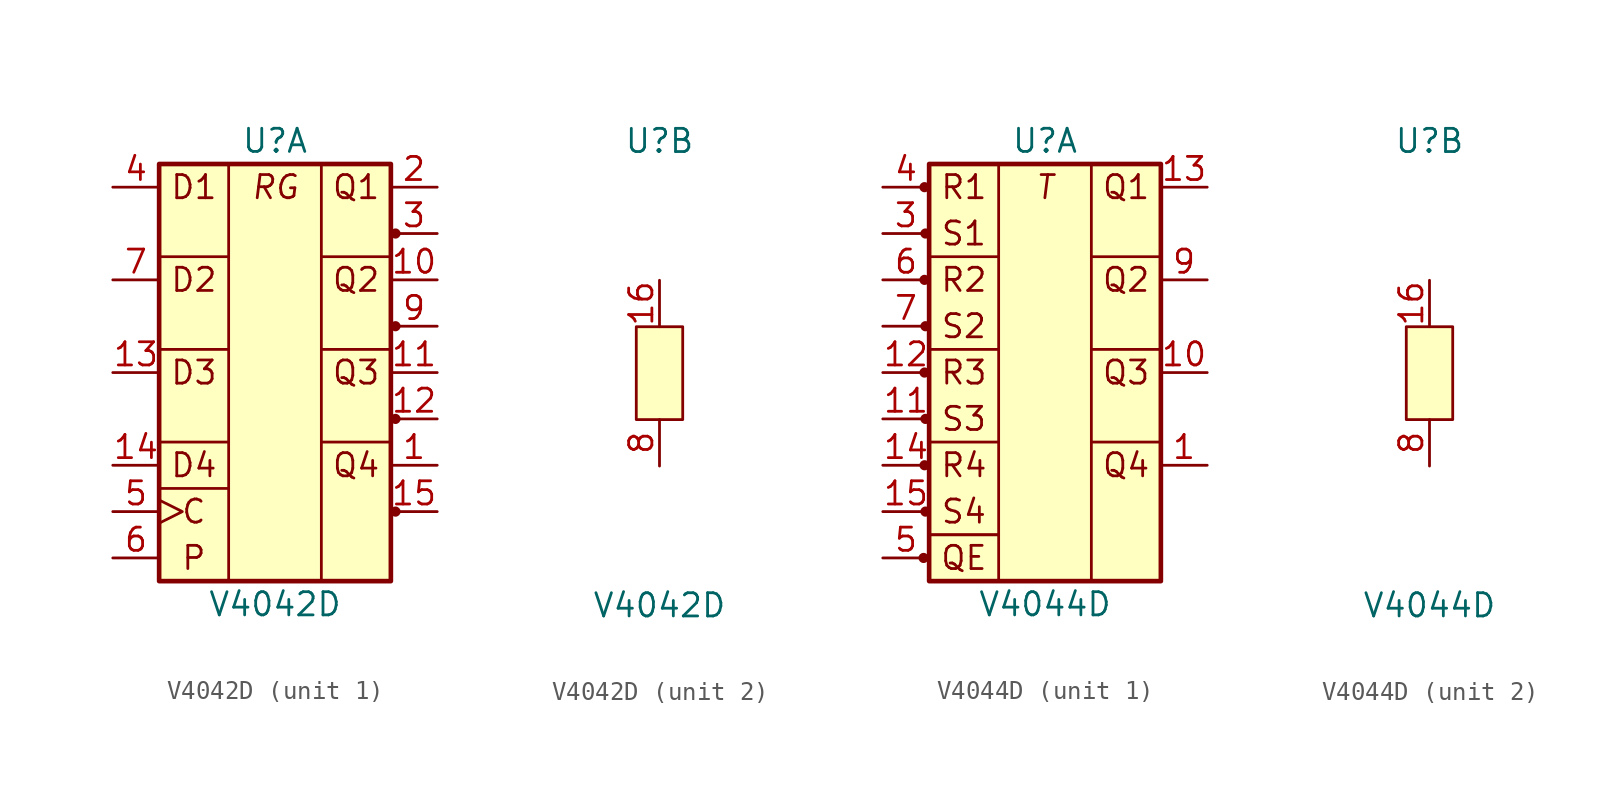
<source format=kicad_sym>
(kicad_symbol_lib
  (version 20211014)
  (generator kicad_symbol_editor)
  (symbol "V4042D"
    (pin_names
      (offset 1.016) hide)
    (property "Reference" "U"
      (at 0 12.7 0)
      (effects (font (size 1.27 1.27))))
    (property "Value" "V4042D"
      (at 0 -12.7 0)
      (effects (font (size 1.27 1.27))))
    (property "ki_locked" ""
      (at 0 0 0)
      (effects (font (size 1.27 1.27))))
    (symbol "V4042D_1_0"
      (polyline (pts (xy -6.35 -6.35) (xy -2.54 -6.35)) (stroke (width 0.152) (type default) (color 0 0 0 0)) (fill (type none)))
      (polyline (pts (xy -2.54 11.43) (xy -2.54 -11.43)) (stroke (width 0.152) (type default) (color 0 0 0 0)) (fill (type none)))
      (text "C" (at -4.445 -7.62 0) (effects (font (size 1.27 1.27))))
      (text "D1" (at -4.445 10.16 0) (effects (font (size 1.27 1.27))))
      (text "D2" (at -4.445 5.08 0) (effects (font (size 1.27 1.27))))
      (text "D3" (at -4.445 0 0) (effects (font (size 1.27 1.27))))
      (text "D4" (at -4.445 -5.08 0) (effects (font (size 1.27 1.27))))
      (text "P" (at -4.445 -10.16 0) (effects (font (size 1.27 1.27))))
      (text "Q1" (at 4.445 10.16 0) (effects (font (size 1.27 1.27))))
      (text "Q2" (at 4.445 5.08 0) (effects (font (size 1.27 1.27))))
      (text "Q3" (at 4.445 0 0) (effects (font (size 1.27 1.27))))
      (text "Q4" (at 4.445 -5.08 0) (effects (font (size 1.27 1.27))))
      (text "RG" (at 0 10.16 0) (effects (font (size 1.27 1.27) italic))))
    (symbol "V4042D_1_1"
      (rectangle (start -6.35 11.43) (end 6.35 -11.43) (stroke (width 0.254) (type default) (color 0 0 0 0)) (fill (type background)))
      (polyline (pts (xy -2.54 -3.81) (xy -6.35 -3.81)) (stroke (width 0.152) (type default) (color 0 0 0 0)) (fill (type none)))
      (polyline (pts (xy -2.54 1.27) (xy -6.35 1.27)) (stroke (width 0.152) (type default) (color 0 0 0 0)) (fill (type none)))
      (polyline (pts (xy -2.54 6.35) (xy -6.35 6.35)) (stroke (width 0.152) (type default) (color 0 0 0 0)) (fill (type none)))
      (polyline (pts (xy 6.35 -3.81) (xy 2.54 -3.81)) (stroke (width 0.152) (type default) (color 0 0 0 0)) (fill (type none)))
      (polyline (pts (xy 6.35 1.27) (xy 2.54 1.27)) (stroke (width 0.152) (type default) (color 0 0 0 0)) (fill (type none)))
      (polyline (pts (xy 6.35 6.35) (xy 2.54 6.35)) (stroke (width 0.152) (type default) (color 0 0 0 0)) (fill (type none)))
      (rectangle (start 2.54 11.43) (end 6.35 -11.43) (stroke (width 0) (type default) (color 0 0 0 0)) (fill (type none)))
      (circle (center 6.604 -7.62) (radius 0.203) (stroke (width 0) (type default) (color 0 0 0 0)) (fill (type outline)))
      (circle (center 6.604 -2.54) (radius 0.203) (stroke (width 0) (type default) (color 0 0 0 0)) (fill (type outline)))
      (circle (center 6.604 2.54) (radius 0.203) (stroke (width 0) (type default) (color 0 0 0 0)) (fill (type outline)))
      (circle (center 6.604 7.62) (radius 0.203) (stroke (width 0) (type default) (color 0 0 0 0)) (fill (type outline)))
      (pin output line (at 8.89 -5.08 180) (length 2.54) (name "Q4" (effects (font (size 1.27 1.27)))) (number "1" (effects (font (size 1.27 1.27)))))
      (pin output line (at 8.89 5.08 180) (length 2.54) (name "Q2" (effects (font (size 1.27 1.27)))) (number "10" (effects (font (size 1.27 1.27)))))
      (pin output line (at 8.89 0 180) (length 2.54) (name "Q3" (effects (font (size 1.27 1.27)))) (number "11" (effects (font (size 1.27 1.27)))))
      (pin output line (at 8.89 -2.54 180) (length 2.54) (name "~Q3" (effects (font (size 1.27 1.27)))) (number "12" (effects (font (size 1.27 1.27)))))
      (pin input line (at -8.89 0 0) (length 2.54) (name "D3" (effects (font (size 1.27 1.27)))) (number "13" (effects (font (size 1.27 1.27)))))
      (pin input line (at -8.89 -5.08 0) (length 2.54) (name "D4" (effects (font (size 1.27 1.27)))) (number "14" (effects (font (size 1.27 1.27)))))
      (pin output line (at 8.89 -7.62 180) (length 2.54) (name "~Q4" (effects (font (size 1.27 1.27)))) (number "15" (effects (font (size 1.27 1.27)))))
      (pin output line (at 8.89 10.16 180) (length 2.54) (name "Q1" (effects (font (size 1.27 1.27)))) (number "2" (effects (font (size 1.27 1.27)))))
      (pin output line (at 8.89 7.62 180) (length 2.54) (name "~Q1" (effects (font (size 1.27 1.27)))) (number "3" (effects (font (size 1.27 1.27)))))
      (pin input line (at -8.89 10.16 0) (length 2.54) (name "D1" (effects (font (size 1.27 1.27)))) (number "4" (effects (font (size 1.27 1.27)))))
      (pin input clock (at -8.89 -7.62 0) (length 2.54) (name "C" (effects (font (size 1.27 1.27)))) (number "5" (effects (font (size 1.27 1.27)))))
      (pin input line (at -8.89 -10.16 0) (length 2.54) (name "P" (effects (font (size 1.27 1.27)))) (number "6" (effects (font (size 1.27 1.27)))))
      (pin input line (at -8.89 5.08 0) (length 2.54) (name "D2" (effects (font (size 1.27 1.27)))) (number "7" (effects (font (size 1.27 1.27)))))
      (pin output line (at 8.89 2.54 180) (length 2.54) (name "~Q2" (effects (font (size 1.27 1.27)))) (number "9" (effects (font (size 1.27 1.27))))))
    (symbol "V4042D_2_1"
      (rectangle (start -1.27 2.54) (end 1.27 -2.54) (stroke (width 0) (type default) (color 0 0 0 0)) (fill (type background)))
      (pin power_in line (at 0 5.08 270) (length 2.54) (name "Vcc" (effects (font (size 1.27 1.27)))) (number "16" (effects (font (size 1.27 1.27)))))
      (pin power_in line (at 0 -5.08 90) (length 2.54) (name "GND" (effects (font (size 1.27 1.27)))) (number "8" (effects (font (size 1.27 1.27)))))))
  (symbol "V4044D"
    (pin_names
      (offset 1.016) hide)
    (property "Reference" "U"
      (at 0 12.7 0)
      (effects (font (size 1.27 1.27))))
    (property "Value" "V4044D"
      (at 0 -12.7 0)
      (effects (font (size 1.27 1.27))))
    (property "ki_locked" ""
      (at 0 0 0)
      (effects (font (size 1.27 1.27))))
    (symbol "V4044D_1_0"
      (text "Q1" (at 4.445 10.16 0) (effects (font (size 1.27 1.27))))
      (text "Q2" (at 4.445 5.08 0) (effects (font (size 1.27 1.27))))
      (text "Q3" (at 4.445 0 0) (effects (font (size 1.27 1.27))))
      (text "Q4" (at 4.445 -5.08 0) (effects (font (size 1.27 1.27))))
      (text "QE" (at -4.445 -10.16 0) (effects (font (size 1.27 1.27))))
      (text "R1" (at -4.445 10.16 0) (effects (font (size 1.27 1.27))))
      (text "R2" (at -4.445 5.08 0) (effects (font (size 1.27 1.27))))
      (text "R3" (at -4.445 0 0) (effects (font (size 1.27 1.27))))
      (text "R4" (at -4.445 -5.08 0) (effects (font (size 1.27 1.27))))
      (text "S1" (at -4.445 7.62 0) (effects (font (size 1.27 1.27))))
      (text "S2" (at -4.445 2.54 0) (effects (font (size 1.27 1.27))))
      (text "S3" (at -4.445 -2.54 0) (effects (font (size 1.27 1.27))))
      (text "S4" (at -4.445 -7.62 0) (effects (font (size 1.27 1.27))))
      (text "T" (at 0 10.16 0) (effects (font (size 1.27 1.27) italic))))
    (symbol "V4044D_1_1"
      (circle (center -6.655 -10.16) (radius 0.203) (stroke (width 0) (type default) (color 0 0 0 0)) (fill (type outline)))
      (circle (center -6.604 -5.08) (radius 0.203) (stroke (width 0) (type default) (color 0 0 0 0)) (fill (type outline)))
      (circle (center -6.604 0) (radius 0.203) (stroke (width 0) (type default) (color 0 0 0 0)) (fill (type outline)))
      (circle (center -6.604 5.08) (radius 0.203) (stroke (width 0) (type default) (color 0 0 0 0)) (fill (type outline)))
      (circle (center -6.604 10.16) (radius 0.203) (stroke (width 0) (type default) (color 0 0 0 0)) (fill (type outline)))
      (circle (center -6.553 -7.62) (radius 0.203) (stroke (width 0) (type default) (color 0 0 0 0)) (fill (type outline)))
      (circle (center -6.553 -2.54) (radius 0.203) (stroke (width 0) (type default) (color 0 0 0 0)) (fill (type outline)))
      (circle (center -6.553 2.54) (radius 0.203) (stroke (width 0) (type default) (color 0 0 0 0)) (fill (type outline)))
      (circle (center -6.553 7.62) (radius 0.203) (stroke (width 0) (type default) (color 0 0 0 0)) (fill (type outline)))
      (rectangle (start -6.35 -8.89) (end -2.54 -11.43) (stroke (width 0) (type default) (color 0 0 0 0)) (fill (type none)))
      (rectangle (start -6.35 11.43) (end -2.54 -8.89) (stroke (width 0) (type default) (color 0 0 0 0)) (fill (type none)))
      (rectangle (start -6.35 11.43) (end 6.35 -11.43) (stroke (width 0.254) (type default) (color 0 0 0 0)) (fill (type background)))
      (polyline (pts (xy -2.54 -3.81) (xy -6.35 -3.81)) (stroke (width 0.152) (type default) (color 0 0 0 0)) (fill (type none)))
      (polyline (pts (xy -2.54 1.27) (xy -6.35 1.27)) (stroke (width 0.152) (type default) (color 0 0 0 0)) (fill (type none)))
      (polyline (pts (xy -2.54 6.35) (xy -6.35 6.35)) (stroke (width 0.152) (type default) (color 0 0 0 0)) (fill (type none)))
      (polyline (pts (xy 6.35 -3.81) (xy 2.54 -3.81)) (stroke (width 0.152) (type default) (color 0 0 0 0)) (fill (type none)))
      (polyline (pts (xy 6.35 1.27) (xy 2.54 1.27)) (stroke (width 0.152) (type default) (color 0 0 0 0)) (fill (type none)))
      (polyline (pts (xy 6.35 6.35) (xy 2.54 6.35)) (stroke (width 0.152) (type default) (color 0 0 0 0)) (fill (type none)))
      (rectangle (start 2.54 11.43) (end 6.35 -11.43) (stroke (width 0) (type default) (color 0 0 0 0)) (fill (type none)))
      (pin output line (at 8.89 -5.08 180) (length 2.54) (name "Q4" (effects (font (size 1.27 1.27)))) (number "1" (effects (font (size 1.27 1.27)))))
      (pin output line (at 8.89 0 180) (length 2.54) (name "Q3" (effects (font (size 1.27 1.27)))) (number "10" (effects (font (size 1.27 1.27)))))
      (pin input line (at -8.89 -2.54 0) (length 2.54) (name "S3" (effects (font (size 1.27 1.27)))) (number "11" (effects (font (size 1.27 1.27)))))
      (pin input line (at -8.89 0 0) (length 2.54) (name "R3" (effects (font (size 1.27 1.27)))) (number "12" (effects (font (size 1.27 1.27)))))
      (pin output line (at 8.89 10.16 180) (length 2.54) (name "Q1" (effects (font (size 1.27 1.27)))) (number "13" (effects (font (size 1.27 1.27)))))
      (pin input line (at -8.89 -5.08 0) (length 2.54) (name "R4" (effects (font (size 1.27 1.27)))) (number "14" (effects (font (size 1.27 1.27)))))
      (pin input line (at -8.89 -7.62 0) (length 2.54) (name "S4" (effects (font (size 1.27 1.27)))) (number "15" (effects (font (size 1.27 1.27)))))
      (pin input line (at -8.89 7.62 0) (length 2.54) (name "S1" (effects (font (size 1.27 1.27)))) (number "3" (effects (font (size 1.27 1.27)))))
      (pin input line (at -8.89 10.16 0) (length 2.54) (name "R1" (effects (font (size 1.27 1.27)))) (number "4" (effects (font (size 1.27 1.27)))))
      (pin input line (at -8.89 -10.16 0) (length 2.54) (name "QE" (effects (font (size 1.27 1.27)))) (number "5" (effects (font (size 1.27 1.27)))))
      (pin input line (at -8.89 5.08 0) (length 2.54) (name "R2" (effects (font (size 1.27 1.27)))) (number "6" (effects (font (size 1.27 1.27)))))
      (pin input line (at -8.89 2.54 0) (length 2.54) (name "S2" (effects (font (size 1.27 1.27)))) (number "7" (effects (font (size 1.27 1.27)))))
      (pin output line (at 8.89 5.08 180) (length 2.54) (name "Q2" (effects (font (size 1.27 1.27)))) (number "9" (effects (font (size 1.27 1.27))))))
    (symbol "V4044D_2_1"
      (rectangle (start -1.27 2.54) (end 1.27 -2.54) (stroke (width 0) (type default) (color 0 0 0 0)) (fill (type background)))
      (pin power_in line (at 0 5.08 270) (length 2.54) (name "Vcc" (effects (font (size 1.27 1.27)))) (number "16" (effects (font (size 1.27 1.27)))))
      (pin power_in line (at 0 -5.08 90) (length 2.54) (name "GND" (effects (font (size 1.27 1.27)))) (number "8" (effects (font (size 1.27 1.27))))))))
</source>
